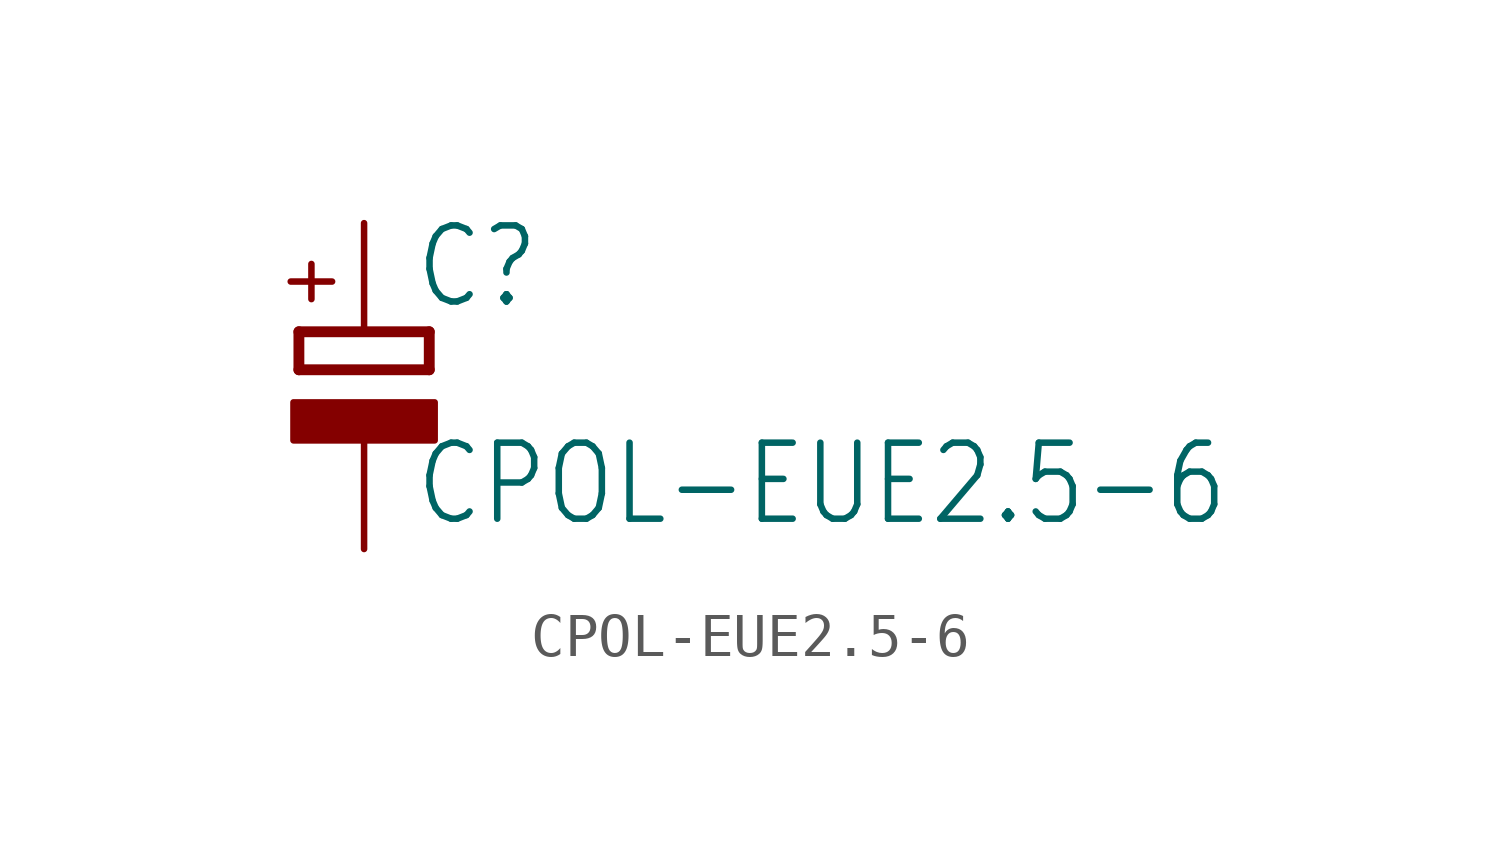
<source format=kicad_sym>
(kicad_symbol_lib
  (version 20211014)
  (generator kicad_symbol_editor)
  (symbol "CPOL-EUE2.5-6"
    (property "Reference" "C"
      (at 1.143 0.483 0)
      (effects (font (size 1.778 1.511)) (justify left bottom)))
    (property "Value" "CPOL-EUE2.5-6"
      (at 1.143 -4.597 0)
      (effects (font (size 1.778 1.511)) (justify left bottom)))
    (property "ki_locked" ""
      (at 0 0 0)
      (effects (font (size 1.27 1.27))))
    (symbol "CPOL-EUE2.5-6_1_0"
      (rectangle (start -1.651 -2.54) (end 1.651 -1.651) (stroke (width 0) (type default) (color 0 0 0 0)) (fill (type outline)))
      (polyline (pts (xy -1.524 -0.889) (xy 1.524 -0.889)) (stroke (width 0.254) (type default) (color 0 0 0 0)) (fill (type none)))
      (polyline (pts (xy -1.524 0) (xy -1.524 -0.889)) (stroke (width 0.254) (type default) (color 0 0 0 0)) (fill (type none)))
      (polyline (pts (xy -1.524 0) (xy 1.524 0)) (stroke (width 0.254) (type default) (color 0 0 0 0)) (fill (type none)))
      (polyline (pts (xy 1.524 -0.889) (xy 1.524 0)) (stroke (width 0.254) (type default) (color 0 0 0 0)) (fill (type none)))
      (text "+" (at -0.584 0.406 900) (effects (font (size 1.27 1.079)) (justify left bottom)))
      (pin passive line (at 0 2.54 270) (length 2.54) (name "+" (effects (font (size 0 0)))) (number "+" (effects (font (size 0 0)))))
      (pin passive line (at 0 -5.08 90) (length 2.54) (name "-" (effects (font (size 0 0)))) (number "-" (effects (font (size 0 0))))))))
</source>
